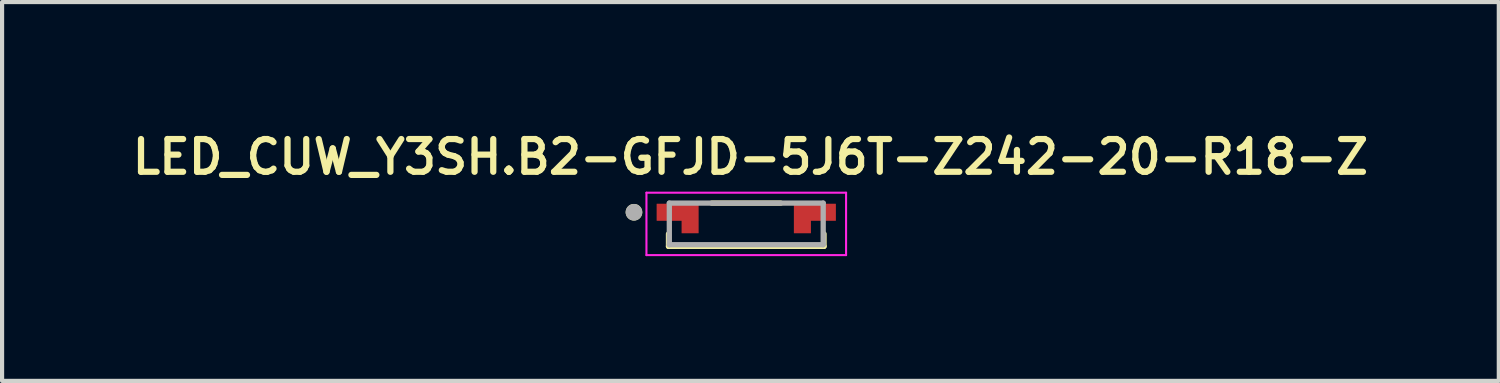
<source format=kicad_pcb>
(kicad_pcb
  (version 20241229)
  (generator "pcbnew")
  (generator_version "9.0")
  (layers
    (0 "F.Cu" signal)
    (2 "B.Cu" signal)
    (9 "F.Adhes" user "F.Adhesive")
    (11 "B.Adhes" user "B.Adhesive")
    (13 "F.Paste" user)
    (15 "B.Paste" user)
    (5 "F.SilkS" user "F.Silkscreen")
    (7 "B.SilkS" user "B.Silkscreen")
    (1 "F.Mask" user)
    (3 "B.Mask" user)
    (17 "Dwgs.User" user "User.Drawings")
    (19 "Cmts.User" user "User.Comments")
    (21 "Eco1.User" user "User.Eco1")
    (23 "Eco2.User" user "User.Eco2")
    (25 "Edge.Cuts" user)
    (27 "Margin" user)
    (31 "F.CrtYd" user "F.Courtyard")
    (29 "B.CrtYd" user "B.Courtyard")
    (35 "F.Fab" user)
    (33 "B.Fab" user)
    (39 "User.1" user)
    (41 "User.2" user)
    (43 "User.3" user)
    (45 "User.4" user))
  (footprint "LED_CUW_Y3SH.B2-GFJD-5J6T-Z242-20-R18-Z"
    (layer "F.Cu")
    (at 14.894 2.204)
    (property "Reference" "LED_CUW_Y3SH.B2-GFJD-5J6T-Z242-20-R18-Z" (at 0.1 -1.48 0) (layer "F.SilkS") (effects (font (size 0.787 0.787) (thickness 0.15))))
    (attr smd)
    (fp_poly (pts (xy -2.15 -0.35) (xy -2.15 0.05) (xy -1.55 0.05) (xy -1.55 0.35) (xy -1.15 0.35) (xy -1.15 -0.35)) (stroke (width 0.01) (type solid)) (fill yes) (layer "F.Mask"))
    (fp_poly (pts (xy 2.15 -0.35) (xy 2.15 0.05) (xy 1.55 0.05) (xy 1.55 0.35) (xy 1.15 0.35) (xy 1.15 -0.35)) (stroke (width 0.01) (type solid)) (fill yes) (layer "F.Mask"))
    (fp_line (start -1.87 0.37) (end -1.87 0.67) (stroke (width 0.127) (type solid)) (layer "F.SilkS"))
    (fp_line (start -1.87 0.67) (end 1.87 0.67) (stroke (width 0.127) (type solid)) (layer "F.SilkS"))
    (fp_line (start -0.83 -0.37) (end 0.83 -0.37) (stroke (width 0.127) (type solid)) (layer "F.SilkS"))
    (fp_line (start 1.87 0.67) (end 1.87 0.37) (stroke (width 0.127) (type solid)) (layer "F.SilkS"))
    (fp_circle (center -2.7 -0.15) (end -2.6 -0.15) (stroke (width 0.2) (type solid)) (fill no) (layer "F.SilkS"))
    (fp_poly (pts (xy -2.1 -0.3) (xy -2.1 0) (xy -1.5 0) (xy -1.5 0.3) (xy -1.2 0.3) (xy -1.2 -0.3)) (stroke (width 0.01) (type solid)) (fill yes) (layer "F.Paste"))
    (fp_poly (pts (xy 2.1 -0.3) (xy 2.1 0) (xy 1.5 0) (xy 1.5 0.3) (xy 1.2 0.3) (xy 1.2 -0.3)) (stroke (width 0.01) (type solid)) (fill yes) (layer "F.Paste"))
    (fp_line (start -2.4 -0.62) (end -2.4 0.88) (stroke (width 0.05) (type solid)) (layer "F.CrtYd"))
    (fp_line (start -2.4 0.88) (end 2.4 0.88) (stroke (width 0.05) (type solid)) (layer "F.CrtYd"))
    (fp_line (start 2.4 -0.62) (end -2.4 -0.62) (stroke (width 0.05) (type solid)) (layer "F.CrtYd"))
    (fp_line (start 2.4 0.88) (end 2.4 -0.62) (stroke (width 0.05) (type solid)) (layer "F.CrtYd"))
    (fp_line (start -1.85 0.63) (end -1.85 -0.37) (stroke (width 0.127) (type solid)) (layer "F.Fab"))
    (fp_line (start 1.85 -0.37) (end -1.85 -0.37) (stroke (width 0.127) (type solid)) (layer "F.Fab"))
    (fp_line (start 1.85 0.63) (end -1.85 0.63) (stroke (width 0.127) (type solid)) (layer "F.Fab"))
    (fp_line (start 1.85 0.63) (end 1.85 -0.37) (stroke (width 0.127) (type solid)) (layer "F.Fab"))
    (fp_circle (center -2.7 -0.15) (end -2.6 -0.15) (stroke (width 0.2) (type solid)) (fill no) (layer "F.Fab"))
    (pad "A" smd custom (at 1.65 -0.15) (size 0.1 0.1) (layers "F.Cu") (options (anchor rect)) (primitives (gr_poly (pts (xy 0.5 -0.2) (xy 0.5 0.2) (xy -0.1 0.2) (xy -0.1 0.5) (xy -0.5 0.5) (xy -0.5 -0.2)) (width 0.01) (fill yes))))
    (pad "C" smd custom (at -1.65 -0.15) (size 0.1 0.1) (layers "F.Cu") (options (anchor rect)) (primitives (gr_poly (pts (xy -0.5 -0.2) (xy -0.5 0.2) (xy 0.1 0.2) (xy 0.1 0.5) (xy 0.5 0.5) (xy 0.5 -0.2)) (width 0.01) (fill yes)))))
  (gr_rect
    (start -3 -3)
    (end 32.989 6.109)
    (stroke (width 0.1) (type default))
    (fill no)
    (layer "Edge.Cuts")))
</source>
